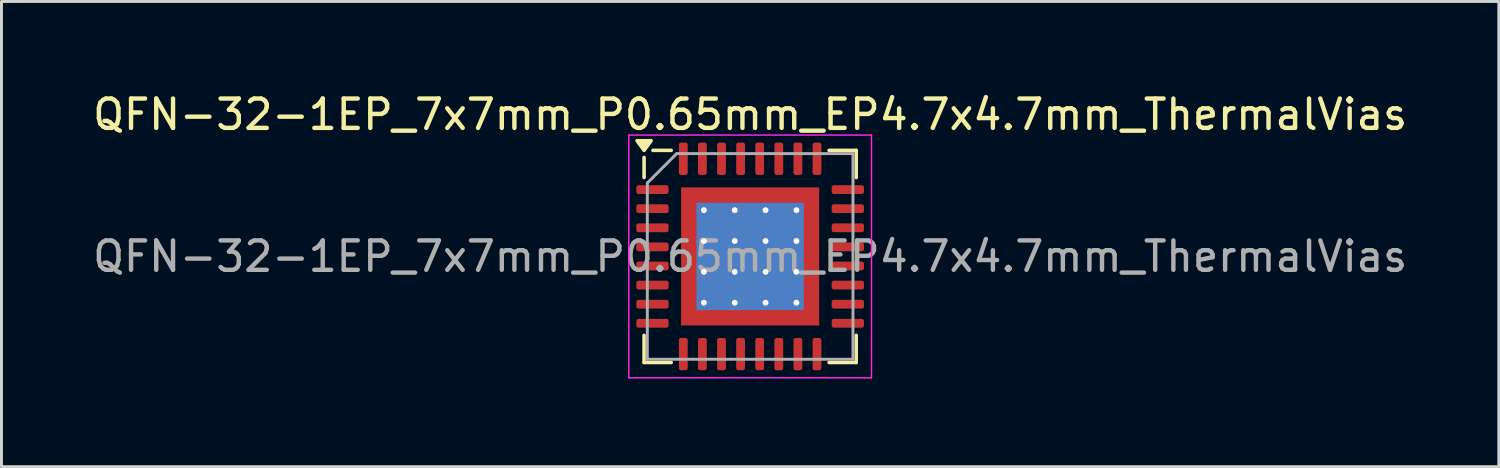
<source format=kicad_pcb>
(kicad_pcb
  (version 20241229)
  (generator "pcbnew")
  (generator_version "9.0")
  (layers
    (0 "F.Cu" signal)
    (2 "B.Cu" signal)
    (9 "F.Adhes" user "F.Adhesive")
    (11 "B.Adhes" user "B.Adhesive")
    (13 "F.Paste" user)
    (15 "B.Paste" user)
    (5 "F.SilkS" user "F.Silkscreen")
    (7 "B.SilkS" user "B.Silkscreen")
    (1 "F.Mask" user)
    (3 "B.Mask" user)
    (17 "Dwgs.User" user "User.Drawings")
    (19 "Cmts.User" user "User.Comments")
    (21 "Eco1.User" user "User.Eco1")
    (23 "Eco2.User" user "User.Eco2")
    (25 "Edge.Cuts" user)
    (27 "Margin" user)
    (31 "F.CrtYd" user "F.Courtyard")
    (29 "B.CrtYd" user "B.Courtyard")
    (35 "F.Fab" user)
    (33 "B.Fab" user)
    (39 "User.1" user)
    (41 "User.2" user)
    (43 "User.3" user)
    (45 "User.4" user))
  (footprint "QFN-32-1EP_7x7mm_P0.65mm_EP4.7x4.7mm_ThermalVias"
    (layer "F.Cu")
    (at 22.482 5.678)
    (property "Reference" "QFN-32-1EP_7x7mm_P0.65mm_EP4.7x4.7mm_ThermalVias" (at 0 -4.83 0) (layer "F.SilkS") (effects (font (size 1 1) (thickness 0.15))))
    (attr smd)
    (fp_line (start -3.61 -2.685) (end -3.61 -3.37) (stroke (width 0.12) (type solid)) (layer "F.SilkS"))
    (fp_line (start -3.61 3.61) (end -3.61 2.685) (stroke (width 0.12) (type solid)) (layer "F.SilkS"))
    (fp_line (start -2.685 -3.61) (end -3.31 -3.61) (stroke (width 0.12) (type solid)) (layer "F.SilkS"))
    (fp_line (start -2.685 3.61) (end -3.61 3.61) (stroke (width 0.12) (type solid)) (layer "F.SilkS"))
    (fp_line (start 2.685 -3.61) (end 3.61 -3.61) (stroke (width 0.12) (type solid)) (layer "F.SilkS"))
    (fp_line (start 2.685 3.61) (end 3.61 3.61) (stroke (width 0.12) (type solid)) (layer "F.SilkS"))
    (fp_line (start 3.61 -3.61) (end 3.61 -2.685) (stroke (width 0.12) (type solid)) (layer "F.SilkS"))
    (fp_line (start 3.61 3.61) (end 3.61 2.685) (stroke (width 0.12) (type solid)) (layer "F.SilkS"))
    (fp_poly (pts (xy -3.61 -3.61) (xy -3.85 -3.94) (xy -3.37 -3.94) (xy -3.61 -3.61)) (stroke (width 0.12) (type solid)) (fill yes) (layer "F.SilkS"))
    (fp_line (start -4.13 -4.13) (end -4.13 4.13) (stroke (width 0.05) (type solid)) (layer "F.CrtYd"))
    (fp_line (start -4.13 4.13) (end 4.13 4.13) (stroke (width 0.05) (type solid)) (layer "F.CrtYd"))
    (fp_line (start 4.13 -4.13) (end -4.13 -4.13) (stroke (width 0.05) (type solid)) (layer "F.CrtYd"))
    (fp_line (start 4.13 4.13) (end 4.13 -4.13) (stroke (width 0.05) (type solid)) (layer "F.CrtYd"))
    (fp_line (start -3.5 -2.5) (end -2.5 -3.5) (stroke (width 0.1) (type solid)) (layer "F.Fab"))
    (fp_line (start -3.5 3.5) (end -3.5 -2.5) (stroke (width 0.1) (type solid)) (layer "F.Fab"))
    (fp_line (start -2.5 -3.5) (end 3.5 -3.5) (stroke (width 0.1) (type solid)) (layer "F.Fab"))
    (fp_line (start 3.5 -3.5) (end 3.5 3.5) (stroke (width 0.1) (type solid)) (layer "F.Fab"))
    (fp_line (start 3.5 3.5) (end -3.5 3.5) (stroke (width 0.1) (type solid)) (layer "F.Fab"))
    (fp_text user "${REFERENCE}" (at 0 0 0) (layer "F.Fab") (effects (font (size 1 1) (thickness 0.15))))
    (pad "" smd custom (at -1.962 -1.962) (size 0.531 0.531) (layers "F.Paste") (options (anchor circle)) (primitives (gr_poly (pts (xy -0.219 -0.219) (xy 0.219 -0.219) (xy 0.219 0.141) (xy 0.141 0.219) (xy -0.219 0.219)) (width 0.188) (fill yes))))
    (pad "" smd custom (at -1.962 -1.05) (size 0.55 0.55) (layers "F.Paste") (options (anchor circle)) (primitives (gr_poly (pts (xy -0.237 -0.348) (xy 0.175 -0.348) (xy 0.237 -0.286) (xy 0.237 0.286) (xy 0.175 0.348) (xy -0.237 0.348)) (width 0.15) (fill yes))))
    (pad "" smd custom (at -1.962 0) (size 0.55 0.55) (layers "F.Paste") (options (anchor circle)) (primitives (gr_poly (pts (xy -0.237 -0.348) (xy 0.175 -0.348) (xy 0.237 -0.286) (xy 0.237 0.286) (xy 0.175 0.348) (xy -0.237 0.348)) (width 0.15) (fill yes))))
    (pad "" smd custom (at -1.962 1.05) (size 0.55 0.55) (layers "F.Paste") (options (anchor circle)) (primitives (gr_poly (pts (xy -0.237 -0.348) (xy 0.175 -0.348) (xy 0.237 -0.286) (xy 0.237 0.286) (xy 0.175 0.348) (xy -0.237 0.348)) (width 0.15) (fill yes))))
    (pad "" smd custom (at -1.962 1.962) (size 0.531 0.531) (layers "F.Paste") (options (anchor circle)) (primitives (gr_poly (pts (xy -0.219 -0.219) (xy 0.141 -0.219) (xy 0.219 -0.141) (xy 0.219 0.219) (xy -0.219 0.219)) (width 0.188) (fill yes))))
    (pad "" smd custom (at -1.05 -1.962) (size 0.55 0.55) (layers "F.Paste") (options (anchor circle)) (primitives (gr_poly (pts (xy -0.348 -0.237) (xy 0.348 -0.237) (xy 0.348 0.175) (xy 0.286 0.237) (xy -0.286 0.237) (xy -0.348 0.175)) (width 0.15) (fill yes))))
    (pad "" smd roundrect (at -1.05 -1.05) (size 0.847 0.847) (layers "F.Paste") (roundrect_rratio 0.25))
    (pad "" smd roundrect (at -1.05 0) (size 0.847 0.847) (layers "F.Paste") (roundrect_rratio 0.25))
    (pad "" smd roundrect (at -1.05 1.05) (size 0.847 0.847) (layers "F.Paste") (roundrect_rratio 0.25))
    (pad "" smd custom (at -1.05 1.962) (size 0.55 0.55) (layers "F.Paste") (options (anchor circle)) (primitives (gr_poly (pts (xy -0.348 -0.175) (xy -0.286 -0.237) (xy 0.286 -0.237) (xy 0.348 -0.175) (xy 0.348 0.237) (xy -0.348 0.237)) (width 0.15) (fill yes))))
    (pad "" smd custom (at 0 -1.962) (size 0.55 0.55) (layers "F.Paste") (options (anchor circle)) (primitives (gr_poly (pts (xy -0.348 -0.237) (xy 0.348 -0.237) (xy 0.348 0.175) (xy 0.286 0.237) (xy -0.286 0.237) (xy -0.348 0.175)) (width 0.15) (fill yes))))
    (pad "" smd roundrect (at 0 -1.05) (size 0.847 0.847) (layers "F.Paste") (roundrect_rratio 0.25))
    (pad "" smd roundrect (at 0 0) (size 0.847 0.847) (layers "F.Paste") (roundrect_rratio 0.25))
    (pad "" smd roundrect (at 0 1.05) (size 0.847 0.847) (layers "F.Paste") (roundrect_rratio 0.25))
    (pad "" smd custom (at 0 1.962) (size 0.55 0.55) (layers "F.Paste") (options (anchor circle)) (primitives (gr_poly (pts (xy -0.348 -0.175) (xy -0.286 -0.237) (xy 0.286 -0.237) (xy 0.348 -0.175) (xy 0.348 0.237) (xy -0.348 0.237)) (width 0.15) (fill yes))))
    (pad "" smd custom (at 1.05 -1.962) (size 0.55 0.55) (layers "F.Paste") (options (anchor circle)) (primitives (gr_poly (pts (xy -0.348 -0.237) (xy 0.348 -0.237) (xy 0.348 0.175) (xy 0.286 0.237) (xy -0.286 0.237) (xy -0.348 0.175)) (width 0.15) (fill yes))))
    (pad "" smd roundrect (at 1.05 -1.05) (size 0.847 0.847) (layers "F.Paste") (roundrect_rratio 0.25))
    (pad "" smd roundrect (at 1.05 0) (size 0.847 0.847) (layers "F.Paste") (roundrect_rratio 0.25))
    (pad "" smd roundrect (at 1.05 1.05) (size 0.847 0.847) (layers "F.Paste") (roundrect_rratio 0.25))
    (pad "" smd custom (at 1.05 1.962) (size 0.55 0.55) (layers "F.Paste") (options (anchor circle)) (primitives (gr_poly (pts (xy -0.348 -0.175) (xy -0.286 -0.237) (xy 0.286 -0.237) (xy 0.348 -0.175) (xy 0.348 0.237) (xy -0.348 0.237)) (width 0.15) (fill yes))))
    (pad "" smd custom (at 1.962 -1.962) (size 0.531 0.531) (layers "F.Paste") (options (anchor circle)) (primitives (gr_poly (pts (xy -0.219 -0.219) (xy 0.219 -0.219) (xy 0.219 0.219) (xy -0.141 0.219) (xy -0.219 0.141)) (width 0.188) (fill yes))))
    (pad "" smd custom (at 1.962 -1.05) (size 0.55 0.55) (layers "F.Paste") (options (anchor circle)) (primitives (gr_poly (pts (xy -0.237 -0.286) (xy -0.175 -0.348) (xy 0.237 -0.348) (xy 0.237 0.348) (xy -0.175 0.348) (xy -0.237 0.286)) (width 0.15) (fill yes))))
    (pad "" smd custom (at 1.962 0) (size 0.55 0.55) (layers "F.Paste") (options (anchor circle)) (primitives (gr_poly (pts (xy -0.237 -0.286) (xy -0.175 -0.348) (xy 0.237 -0.348) (xy 0.237 0.348) (xy -0.175 0.348) (xy -0.237 0.286)) (width 0.15) (fill yes))))
    (pad "" smd custom (at 1.962 1.05) (size 0.55 0.55) (layers "F.Paste") (options (anchor circle)) (primitives (gr_poly (pts (xy -0.237 -0.286) (xy -0.175 -0.348) (xy 0.237 -0.348) (xy 0.237 0.348) (xy -0.175 0.348) (xy -0.237 0.286)) (width 0.15) (fill yes))))
    (pad "" smd custom (at 1.962 1.962) (size 0.531 0.531) (layers "F.Paste") (options (anchor circle)) (primitives (gr_poly (pts (xy -0.219 -0.141) (xy -0.141 -0.219) (xy 0.219 -0.219) (xy 0.219 0.219) (xy -0.219 0.219)) (width 0.188) (fill yes))))
    (pad "1" smd roundrect (at -3.325 -2.275) (size 1.1 0.3) (layers "F.Cu" "F.Mask" "F.Paste") (roundrect_rratio 0.25))
    (pad "2" smd roundrect (at -3.325 -1.625) (size 1.1 0.3) (layers "F.Cu" "F.Mask" "F.Paste") (roundrect_rratio 0.25))
    (pad "3" smd roundrect (at -3.325 -0.975) (size 1.1 0.3) (layers "F.Cu" "F.Mask" "F.Paste") (roundrect_rratio 0.25))
    (pad "4" smd roundrect (at -3.325 -0.325) (size 1.1 0.3) (layers "F.Cu" "F.Mask" "F.Paste") (roundrect_rratio 0.25))
    (pad "5" smd roundrect (at -3.325 0.325) (size 1.1 0.3) (layers "F.Cu" "F.Mask" "F.Paste") (roundrect_rratio 0.25))
    (pad "6" smd roundrect (at -3.325 0.975) (size 1.1 0.3) (layers "F.Cu" "F.Mask" "F.Paste") (roundrect_rratio 0.25))
    (pad "7" smd roundrect (at -3.325 1.625) (size 1.1 0.3) (layers "F.Cu" "F.Mask" "F.Paste") (roundrect_rratio 0.25))
    (pad "8" smd roundrect (at -3.325 2.275) (size 1.1 0.3) (layers "F.Cu" "F.Mask" "F.Paste") (roundrect_rratio 0.25))
    (pad "9" smd roundrect (at -2.275 3.325) (size 0.3 1.1) (layers "F.Cu" "F.Mask" "F.Paste") (roundrect_rratio 0.25))
    (pad "10" smd roundrect (at -1.625 3.325) (size 0.3 1.1) (layers "F.Cu" "F.Mask" "F.Paste") (roundrect_rratio 0.25))
    (pad "11" smd roundrect (at -0.975 3.325) (size 0.3 1.1) (layers "F.Cu" "F.Mask" "F.Paste") (roundrect_rratio 0.25))
    (pad "12" smd roundrect (at -0.325 3.325) (size 0.3 1.1) (layers "F.Cu" "F.Mask" "F.Paste") (roundrect_rratio 0.25))
    (pad "13" smd roundrect (at 0.325 3.325) (size 0.3 1.1) (layers "F.Cu" "F.Mask" "F.Paste") (roundrect_rratio 0.25))
    (pad "14" smd roundrect (at 0.975 3.325) (size 0.3 1.1) (layers "F.Cu" "F.Mask" "F.Paste") (roundrect_rratio 0.25))
    (pad "15" smd roundrect (at 1.625 3.325) (size 0.3 1.1) (layers "F.Cu" "F.Mask" "F.Paste") (roundrect_rratio 0.25))
    (pad "16" smd roundrect (at 2.275 3.325) (size 0.3 1.1) (layers "F.Cu" "F.Mask" "F.Paste") (roundrect_rratio 0.25))
    (pad "17" smd roundrect (at 3.325 2.275) (size 1.1 0.3) (layers "F.Cu" "F.Mask" "F.Paste") (roundrect_rratio 0.25))
    (pad "18" smd roundrect (at 3.325 1.625) (size 1.1 0.3) (layers "F.Cu" "F.Mask" "F.Paste") (roundrect_rratio 0.25))
    (pad "19" smd roundrect (at 3.325 0.975) (size 1.1 0.3) (layers "F.Cu" "F.Mask" "F.Paste") (roundrect_rratio 0.25))
    (pad "20" smd roundrect (at 3.325 0.325) (size 1.1 0.3) (layers "F.Cu" "F.Mask" "F.Paste") (roundrect_rratio 0.25))
    (pad "21" smd roundrect (at 3.325 -0.325) (size 1.1 0.3) (layers "F.Cu" "F.Mask" "F.Paste") (roundrect_rratio 0.25))
    (pad "22" smd roundrect (at 3.325 -0.975) (size 1.1 0.3) (layers "F.Cu" "F.Mask" "F.Paste") (roundrect_rratio 0.25))
    (pad "23" smd roundrect (at 3.325 -1.625) (size 1.1 0.3) (layers "F.Cu" "F.Mask" "F.Paste") (roundrect_rratio 0.25))
    (pad "24" smd roundrect (at 3.325 -2.275) (size 1.1 0.3) (layers "F.Cu" "F.Mask" "F.Paste") (roundrect_rratio 0.25))
    (pad "25" smd roundrect (at 2.275 -3.325) (size 0.3 1.1) (layers "F.Cu" "F.Mask" "F.Paste") (roundrect_rratio 0.25))
    (pad "26" smd roundrect (at 1.625 -3.325) (size 0.3 1.1) (layers "F.Cu" "F.Mask" "F.Paste") (roundrect_rratio 0.25))
    (pad "27" smd roundrect (at 0.975 -3.325) (size 0.3 1.1) (layers "F.Cu" "F.Mask" "F.Paste") (roundrect_rratio 0.25))
    (pad "28" smd roundrect (at 0.325 -3.325) (size 0.3 1.1) (layers "F.Cu" "F.Mask" "F.Paste") (roundrect_rratio 0.25))
    (pad "29" smd roundrect (at -0.325 -3.325) (size 0.3 1.1) (layers "F.Cu" "F.Mask" "F.Paste") (roundrect_rratio 0.25))
    (pad "30" smd roundrect (at -0.975 -3.325) (size 0.3 1.1) (layers "F.Cu" "F.Mask" "F.Paste") (roundrect_rratio 0.25))
    (pad "31" smd roundrect (at -1.625 -3.325) (size 0.3 1.1) (layers "F.Cu" "F.Mask" "F.Paste") (roundrect_rratio 0.25))
    (pad "32" smd roundrect (at -2.275 -3.325) (size 0.3 1.1) (layers "F.Cu" "F.Mask" "F.Paste") (roundrect_rratio 0.25))
    (pad "33" thru_hole circle (at -1.575 -1.575) (size 0.5 0.5) (drill 0.2) (property pad_prop_heatsink) (layers "*.Cu"))
    (pad "33" thru_hole circle (at -1.575 -0.525) (size 0.5 0.5) (drill 0.2) (property pad_prop_heatsink) (layers "*.Cu"))
    (pad "33" thru_hole circle (at -1.575 0.525) (size 0.5 0.5) (drill 0.2) (property pad_prop_heatsink) (layers "*.Cu"))
    (pad "33" thru_hole circle (at -1.575 1.575) (size 0.5 0.5) (drill 0.2) (property pad_prop_heatsink) (layers "*.Cu"))
    (pad "33" thru_hole circle (at -0.525 -1.575) (size 0.5 0.5) (drill 0.2) (property pad_prop_heatsink) (layers "*.Cu"))
    (pad "33" thru_hole circle (at -0.525 -0.525) (size 0.5 0.5) (drill 0.2) (property pad_prop_heatsink) (layers "*.Cu"))
    (pad "33" thru_hole circle (at -0.525 0.525) (size 0.5 0.5) (drill 0.2) (property pad_prop_heatsink) (layers "*.Cu"))
    (pad "33" thru_hole circle (at -0.525 1.575) (size 0.5 0.5) (drill 0.2) (property pad_prop_heatsink) (layers "*.Cu"))
    (pad "33" smd rect (at 0 0) (size 3.65 3.65) (property pad_prop_heatsink) (layers "B.Cu"))
    (pad "33" smd rect (at 0 0) (size 4.7 4.7) (property pad_prop_heatsink) (layers "F.Cu" "F.Mask"))
    (pad "33" thru_hole circle (at 0.525 -1.575) (size 0.5 0.5) (drill 0.2) (property pad_prop_heatsink) (layers "*.Cu"))
    (pad "33" thru_hole circle (at 0.525 -0.525) (size 0.5 0.5) (drill 0.2) (property pad_prop_heatsink) (layers "*.Cu"))
    (pad "33" thru_hole circle (at 0.525 0.525) (size 0.5 0.5) (drill 0.2) (property pad_prop_heatsink) (layers "*.Cu"))
    (pad "33" thru_hole circle (at 0.525 1.575) (size 0.5 0.5) (drill 0.2) (property pad_prop_heatsink) (layers "*.Cu"))
    (pad "33" thru_hole circle (at 1.575 -1.575) (size 0.5 0.5) (drill 0.2) (property pad_prop_heatsink) (layers "*.Cu"))
    (pad "33" thru_hole circle (at 1.575 -0.525) (size 0.5 0.5) (drill 0.2) (property pad_prop_heatsink) (layers "*.Cu"))
    (pad "33" thru_hole circle (at 1.575 0.525) (size 0.5 0.5) (drill 0.2) (property pad_prop_heatsink) (layers "*.Cu"))
    (pad "33" thru_hole circle (at 1.575 1.575) (size 0.5 0.5) (drill 0.2) (property pad_prop_heatsink) (layers "*.Cu")))
  (gr_rect
    (start -3 -3)
    (end 47.964 12.833)
    (stroke (width 0.1) (type default))
    (fill no)
    (layer "Edge.Cuts")))
</source>
